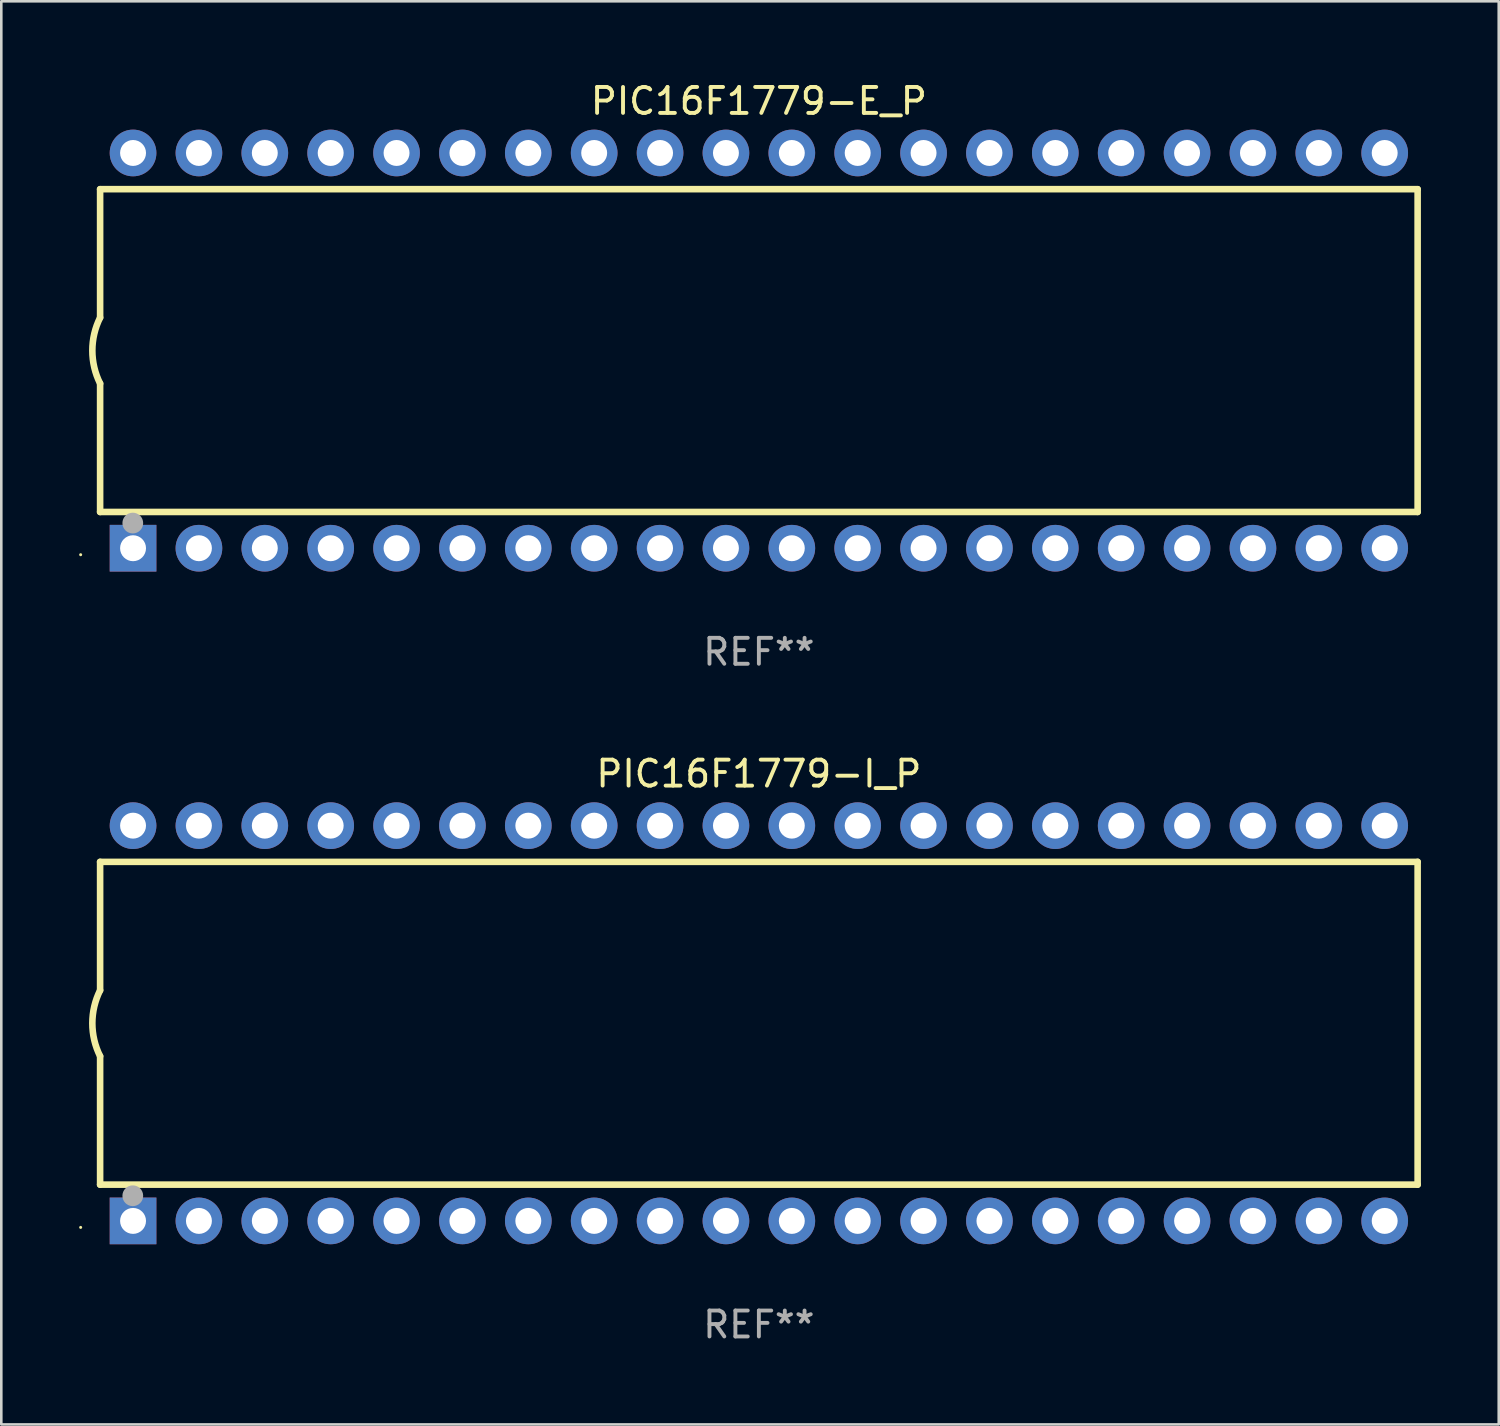
<source format=kicad_pcb>
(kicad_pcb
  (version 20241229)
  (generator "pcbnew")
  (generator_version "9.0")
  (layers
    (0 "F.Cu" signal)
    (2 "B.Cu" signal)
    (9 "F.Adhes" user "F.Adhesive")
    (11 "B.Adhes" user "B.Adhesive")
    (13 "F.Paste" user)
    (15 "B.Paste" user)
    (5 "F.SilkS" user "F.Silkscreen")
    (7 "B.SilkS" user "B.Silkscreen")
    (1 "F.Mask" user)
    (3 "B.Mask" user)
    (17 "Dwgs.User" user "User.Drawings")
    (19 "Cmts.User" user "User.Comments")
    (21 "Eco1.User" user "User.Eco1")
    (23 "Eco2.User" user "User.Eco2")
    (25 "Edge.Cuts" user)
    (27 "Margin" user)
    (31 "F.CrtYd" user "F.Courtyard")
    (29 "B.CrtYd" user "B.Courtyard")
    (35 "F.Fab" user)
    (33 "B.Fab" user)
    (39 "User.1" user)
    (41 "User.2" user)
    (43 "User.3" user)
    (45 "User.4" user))
  (footprint "PIC16F1779-I_P"
    (layer "F.Cu")
    (at 26.21 36.405)
    (property "Reference" "PIC16F1779-I_P" (at 0 -9.62 0) (layer "F.SilkS") (effects (font (size 1 1) (thickness 0.15))))
    (attr through_hole)
    (fp_line (start -25.4 -6.224) (end -25.4 -1.271) (stroke (width 0.254) (type solid)) (layer "F.SilkS"))
    (fp_line (start -25.4 -6.224) (end 25.4 -6.224) (stroke (width 0.254) (type solid)) (layer "F.SilkS"))
    (fp_line (start -25.4 1.269) (end -25.4 6.222) (stroke (width 0.254) (type solid)) (layer "F.SilkS"))
    (fp_line (start -25.4 6.222) (end 25.4 6.222) (stroke (width 0.254) (type solid)) (layer "F.SilkS"))
    (fp_line (start 25.4 6.222) (end 25.4 -6.224) (stroke (width 0.254) (type solid)) (layer "F.SilkS"))
    (fp_arc (start -25.4 1.269241) (mid -25.699807 -0.000762) (end -25.4 -1.270765) (stroke (width 0.254001) (type solid)) (layer "F.SilkS"))
    (fp_circle (center -26.15 7.87) (end -26.12 7.87) (stroke (width 0.06) (type solid)) (fill no) (layer "F.SilkS"))
    (fp_circle (center -24.14 6.65) (end -23.94 6.65) (stroke (width 0.4) (type solid)) (fill no) (layer "F.Fab"))
    (fp_text user "REF**" (at 0 11.62 0) (layer "F.Fab") (effects (font (size 1 1) (thickness 0.15))))
    (pad "1" thru_hole rect (at -24.13 7.62 90) (size 1.8 1.8) (drill 1) (layers "*.Cu" "*.Mask"))
    (pad "2" thru_hole circle (at -21.59 7.62) (size 1.8 1.8) (drill 1) (layers "*.Cu" "*.Mask"))
    (pad "3" thru_hole circle (at -19.05 7.62) (size 1.8 1.8) (drill 1) (layers "*.Cu" "*.Mask"))
    (pad "4" thru_hole circle (at -16.51 7.62) (size 1.8 1.8) (drill 1) (layers "*.Cu" "*.Mask"))
    (pad "5" thru_hole circle (at -13.97 7.62) (size 1.8 1.8) (drill 1) (layers "*.Cu" "*.Mask"))
    (pad "6" thru_hole circle (at -11.43 7.62) (size 1.8 1.8) (drill 1) (layers "*.Cu" "*.Mask"))
    (pad "7" thru_hole circle (at -8.89 7.62) (size 1.8 1.8) (drill 1) (layers "*.Cu" "*.Mask"))
    (pad "8" thru_hole circle (at -6.35 7.62) (size 1.8 1.8) (drill 1) (layers "*.Cu" "*.Mask"))
    (pad "9" thru_hole circle (at -3.81 7.62) (size 1.8 1.8) (drill 1) (layers "*.Cu" "*.Mask"))
    (pad "10" thru_hole circle (at -1.27 7.62) (size 1.8 1.8) (drill 1) (layers "*.Cu" "*.Mask"))
    (pad "11" thru_hole circle (at 1.27 7.62) (size 1.8 1.8) (drill 1) (layers "*.Cu" "*.Mask"))
    (pad "12" thru_hole circle (at 3.81 7.62) (size 1.8 1.8) (drill 1) (layers "*.Cu" "*.Mask"))
    (pad "13" thru_hole circle (at 6.35 7.62) (size 1.8 1.8) (drill 1) (layers "*.Cu" "*.Mask"))
    (pad "14" thru_hole circle (at 8.89 7.62) (size 1.8 1.8) (drill 1) (layers "*.Cu" "*.Mask"))
    (pad "15" thru_hole circle (at 11.43 7.62) (size 1.8 1.8) (drill 1) (layers "*.Cu" "*.Mask"))
    (pad "16" thru_hole circle (at 13.97 7.62) (size 1.8 1.8) (drill 1) (layers "*.Cu" "*.Mask"))
    (pad "17" thru_hole circle (at 16.51 7.62) (size 1.8 1.8) (drill 1) (layers "*.Cu" "*.Mask"))
    (pad "18" thru_hole circle (at 19.05 7.62) (size 1.8 1.8) (drill 1) (layers "*.Cu" "*.Mask"))
    (pad "19" thru_hole circle (at 21.59 7.62) (size 1.8 1.8) (drill 1) (layers "*.Cu" "*.Mask"))
    (pad "20" thru_hole circle (at 24.13 7.62) (size 1.8 1.8) (drill 1) (layers "*.Cu" "*.Mask"))
    (pad "21" thru_hole circle (at 24.13 -7.62) (size 1.8 1.8) (drill 1) (layers "*.Cu" "*.Mask"))
    (pad "22" thru_hole circle (at 21.59 -7.62) (size 1.8 1.8) (drill 1) (layers "*.Cu" "*.Mask"))
    (pad "23" thru_hole circle (at 19.05 -7.62) (size 1.8 1.8) (drill 1) (layers "*.Cu" "*.Mask"))
    (pad "24" thru_hole circle (at 16.51 -7.62) (size 1.8 1.8) (drill 1) (layers "*.Cu" "*.Mask"))
    (pad "25" thru_hole circle (at 13.97 -7.62) (size 1.8 1.8) (drill 1) (layers "*.Cu" "*.Mask"))
    (pad "26" thru_hole circle (at 11.43 -7.62) (size 1.8 1.8) (drill 1) (layers "*.Cu" "*.Mask"))
    (pad "27" thru_hole circle (at 8.89 -7.62) (size 1.8 1.8) (drill 1) (layers "*.Cu" "*.Mask"))
    (pad "28" thru_hole circle (at 6.35 -7.62) (size 1.8 1.8) (drill 1) (layers "*.Cu" "*.Mask"))
    (pad "29" thru_hole circle (at 3.81 -7.62) (size 1.8 1.8) (drill 1) (layers "*.Cu" "*.Mask"))
    (pad "30" thru_hole circle (at 1.27 -7.62) (size 1.8 1.8) (drill 1) (layers "*.Cu" "*.Mask"))
    (pad "31" thru_hole circle (at -1.27 -7.62) (size 1.8 1.8) (drill 1) (layers "*.Cu" "*.Mask"))
    (pad "32" thru_hole circle (at -3.81 -7.62) (size 1.8 1.8) (drill 1) (layers "*.Cu" "*.Mask"))
    (pad "33" thru_hole circle (at -6.35 -7.62) (size 1.8 1.8) (drill 1) (layers "*.Cu" "*.Mask"))
    (pad "34" thru_hole circle (at -8.89 -7.62) (size 1.8 1.8) (drill 1) (layers "*.Cu" "*.Mask"))
    (pad "35" thru_hole circle (at -11.43 -7.62) (size 1.8 1.8) (drill 1) (layers "*.Cu" "*.Mask"))
    (pad "36" thru_hole circle (at -13.97 -7.62) (size 1.8 1.8) (drill 1) (layers "*.Cu" "*.Mask"))
    (pad "37" thru_hole circle (at -16.51 -7.62) (size 1.8 1.8) (drill 1) (layers "*.Cu" "*.Mask"))
    (pad "38" thru_hole circle (at -19.05 -7.62) (size 1.8 1.8) (drill 1) (layers "*.Cu" "*.Mask"))
    (pad "39" thru_hole circle (at -21.59 -7.62) (size 1.8 1.8) (drill 1) (layers "*.Cu" "*.Mask"))
    (pad "40" thru_hole circle (at -24.13 -7.62) (size 1.8 1.8) (drill 1) (layers "*.Cu" "*.Mask")))
  (footprint "PIC16F1779-E_P"
    (layer "F.Cu")
    (at 26.21 10.468)
    (property "Reference" "PIC16F1779-E_P" (at 0 -9.62 0) (layer "F.SilkS") (effects (font (size 1 1) (thickness 0.15))))
    (attr through_hole)
    (fp_line (start -25.4 -6.224) (end -25.4 -1.271) (stroke (width 0.254) (type solid)) (layer "F.SilkS"))
    (fp_line (start -25.4 -6.224) (end 25.4 -6.224) (stroke (width 0.254) (type solid)) (layer "F.SilkS"))
    (fp_line (start -25.4 1.269) (end -25.4 6.222) (stroke (width 0.254) (type solid)) (layer "F.SilkS"))
    (fp_line (start -25.4 6.222) (end 25.4 6.222) (stroke (width 0.254) (type solid)) (layer "F.SilkS"))
    (fp_line (start 25.4 6.222) (end 25.4 -6.224) (stroke (width 0.254) (type solid)) (layer "F.SilkS"))
    (fp_arc (start -25.4 1.269241) (mid -25.699807 -0.000762) (end -25.4 -1.270765) (stroke (width 0.254001) (type solid)) (layer "F.SilkS"))
    (fp_circle (center -26.15 7.87) (end -26.12 7.87) (stroke (width 0.06) (type solid)) (fill no) (layer "F.SilkS"))
    (fp_circle (center -24.14 6.65) (end -23.94 6.65) (stroke (width 0.4) (type solid)) (fill no) (layer "F.Fab"))
    (fp_text user "REF**" (at 0 11.62 0) (layer "F.Fab") (effects (font (size 1 1) (thickness 0.15))))
    (pad "1" thru_hole rect (at -24.13 7.62 90) (size 1.8 1.8) (drill 1) (layers "*.Cu" "*.Mask"))
    (pad "2" thru_hole circle (at -21.59 7.62) (size 1.8 1.8) (drill 1) (layers "*.Cu" "*.Mask"))
    (pad "3" thru_hole circle (at -19.05 7.62) (size 1.8 1.8) (drill 1) (layers "*.Cu" "*.Mask"))
    (pad "4" thru_hole circle (at -16.51 7.62) (size 1.8 1.8) (drill 1) (layers "*.Cu" "*.Mask"))
    (pad "5" thru_hole circle (at -13.97 7.62) (size 1.8 1.8) (drill 1) (layers "*.Cu" "*.Mask"))
    (pad "6" thru_hole circle (at -11.43 7.62) (size 1.8 1.8) (drill 1) (layers "*.Cu" "*.Mask"))
    (pad "7" thru_hole circle (at -8.89 7.62) (size 1.8 1.8) (drill 1) (layers "*.Cu" "*.Mask"))
    (pad "8" thru_hole circle (at -6.35 7.62) (size 1.8 1.8) (drill 1) (layers "*.Cu" "*.Mask"))
    (pad "9" thru_hole circle (at -3.81 7.62) (size 1.8 1.8) (drill 1) (layers "*.Cu" "*.Mask"))
    (pad "10" thru_hole circle (at -1.27 7.62) (size 1.8 1.8) (drill 1) (layers "*.Cu" "*.Mask"))
    (pad "11" thru_hole circle (at 1.27 7.62) (size 1.8 1.8) (drill 1) (layers "*.Cu" "*.Mask"))
    (pad "12" thru_hole circle (at 3.81 7.62) (size 1.8 1.8) (drill 1) (layers "*.Cu" "*.Mask"))
    (pad "13" thru_hole circle (at 6.35 7.62) (size 1.8 1.8) (drill 1) (layers "*.Cu" "*.Mask"))
    (pad "14" thru_hole circle (at 8.89 7.62) (size 1.8 1.8) (drill 1) (layers "*.Cu" "*.Mask"))
    (pad "15" thru_hole circle (at 11.43 7.62) (size 1.8 1.8) (drill 1) (layers "*.Cu" "*.Mask"))
    (pad "16" thru_hole circle (at 13.97 7.62) (size 1.8 1.8) (drill 1) (layers "*.Cu" "*.Mask"))
    (pad "17" thru_hole circle (at 16.51 7.62) (size 1.8 1.8) (drill 1) (layers "*.Cu" "*.Mask"))
    (pad "18" thru_hole circle (at 19.05 7.62) (size 1.8 1.8) (drill 1) (layers "*.Cu" "*.Mask"))
    (pad "19" thru_hole circle (at 21.59 7.62) (size 1.8 1.8) (drill 1) (layers "*.Cu" "*.Mask"))
    (pad "20" thru_hole circle (at 24.13 7.62) (size 1.8 1.8) (drill 1) (layers "*.Cu" "*.Mask"))
    (pad "21" thru_hole circle (at 24.13 -7.62) (size 1.8 1.8) (drill 1) (layers "*.Cu" "*.Mask"))
    (pad "22" thru_hole circle (at 21.59 -7.62) (size 1.8 1.8) (drill 1) (layers "*.Cu" "*.Mask"))
    (pad "23" thru_hole circle (at 19.05 -7.62) (size 1.8 1.8) (drill 1) (layers "*.Cu" "*.Mask"))
    (pad "24" thru_hole circle (at 16.51 -7.62) (size 1.8 1.8) (drill 1) (layers "*.Cu" "*.Mask"))
    (pad "25" thru_hole circle (at 13.97 -7.62) (size 1.8 1.8) (drill 1) (layers "*.Cu" "*.Mask"))
    (pad "26" thru_hole circle (at 11.43 -7.62) (size 1.8 1.8) (drill 1) (layers "*.Cu" "*.Mask"))
    (pad "27" thru_hole circle (at 8.89 -7.62) (size 1.8 1.8) (drill 1) (layers "*.Cu" "*.Mask"))
    (pad "28" thru_hole circle (at 6.35 -7.62) (size 1.8 1.8) (drill 1) (layers "*.Cu" "*.Mask"))
    (pad "29" thru_hole circle (at 3.81 -7.62) (size 1.8 1.8) (drill 1) (layers "*.Cu" "*.Mask"))
    (pad "30" thru_hole circle (at 1.27 -7.62) (size 1.8 1.8) (drill 1) (layers "*.Cu" "*.Mask"))
    (pad "31" thru_hole circle (at -1.27 -7.62) (size 1.8 1.8) (drill 1) (layers "*.Cu" "*.Mask"))
    (pad "32" thru_hole circle (at -3.81 -7.62) (size 1.8 1.8) (drill 1) (layers "*.Cu" "*.Mask"))
    (pad "33" thru_hole circle (at -6.35 -7.62) (size 1.8 1.8) (drill 1) (layers "*.Cu" "*.Mask"))
    (pad "34" thru_hole circle (at -8.89 -7.62) (size 1.8 1.8) (drill 1) (layers "*.Cu" "*.Mask"))
    (pad "35" thru_hole circle (at -11.43 -7.62) (size 1.8 1.8) (drill 1) (layers "*.Cu" "*.Mask"))
    (pad "36" thru_hole circle (at -13.97 -7.62) (size 1.8 1.8) (drill 1) (layers "*.Cu" "*.Mask"))
    (pad "37" thru_hole circle (at -16.51 -7.62) (size 1.8 1.8) (drill 1) (layers "*.Cu" "*.Mask"))
    (pad "38" thru_hole circle (at -19.05 -7.62) (size 1.8 1.8) (drill 1) (layers "*.Cu" "*.Mask"))
    (pad "39" thru_hole circle (at -21.59 -7.62) (size 1.8 1.8) (drill 1) (layers "*.Cu" "*.Mask"))
    (pad "40" thru_hole circle (at -24.13 -7.62) (size 1.8 1.8) (drill 1) (layers "*.Cu" "*.Mask")))
  (gr_rect
    (start -3 -3)
    (end 54.737 51.873)
    (stroke (width 0.1) (type default))
    (fill no)
    (layer "Edge.Cuts")))
</source>
